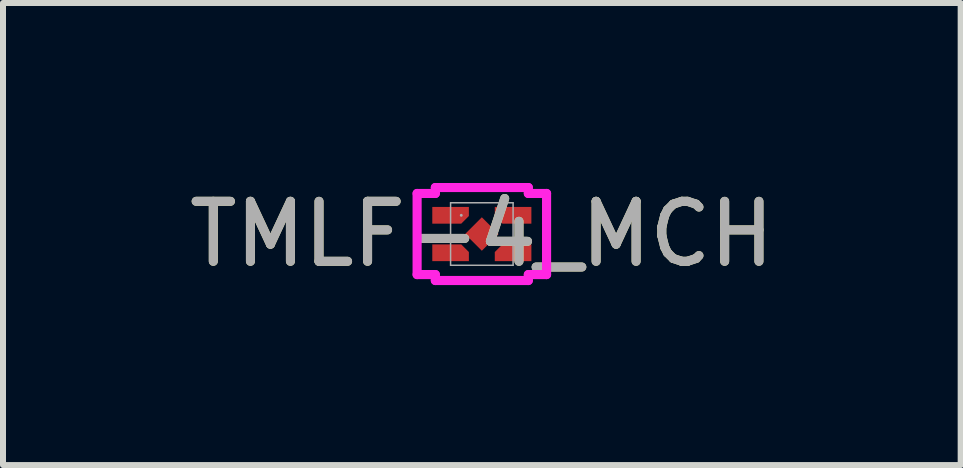
<source format=kicad_pcb>
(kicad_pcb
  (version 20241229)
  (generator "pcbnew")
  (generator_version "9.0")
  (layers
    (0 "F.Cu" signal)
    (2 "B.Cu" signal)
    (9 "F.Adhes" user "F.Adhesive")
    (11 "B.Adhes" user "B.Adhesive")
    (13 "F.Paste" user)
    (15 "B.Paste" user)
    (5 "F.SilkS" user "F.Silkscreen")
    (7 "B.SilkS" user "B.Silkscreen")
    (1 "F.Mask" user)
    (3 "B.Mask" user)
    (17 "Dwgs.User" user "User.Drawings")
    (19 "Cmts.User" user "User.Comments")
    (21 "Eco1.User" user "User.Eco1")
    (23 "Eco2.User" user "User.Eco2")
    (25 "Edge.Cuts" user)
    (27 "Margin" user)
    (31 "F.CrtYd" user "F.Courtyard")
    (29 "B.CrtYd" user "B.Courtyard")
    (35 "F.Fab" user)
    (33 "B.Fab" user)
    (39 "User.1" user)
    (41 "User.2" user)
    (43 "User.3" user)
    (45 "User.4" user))
  (footprint "TMLF-4_MCH"
    (layer "F.Cu")
    (at 4.982 0.851)
    (property "Reference" "TMLF-4_MCH" (at 0 0 0) (unlocked yes) (layer "F.SilkS") (effects (font (size 1 1) (thickness 0.15))))
    (attr smd)
    (fp_poly (pts (xy 0 -0.279) (xy -0.279 0) (xy 0 0.279) (xy 0.279 0)) (stroke (width 0) (type solid)) (fill yes) (layer "F.Cu"))
    (fp_poly (pts (xy -0.826 -0.452) (xy -0.826 -0.173) (xy -0.343 -0.173) (xy -0.216 -0.3) (xy -0.216 -0.452)) (stroke (width 0) (type solid)) (fill yes) (layer "F.Cu"))
    (fp_poly (pts (xy -0.826 0.452) (xy -0.826 0.173) (xy -0.343 0.173) (xy -0.216 0.3) (xy -0.216 0.452)) (stroke (width 0) (type solid)) (fill yes) (layer "F.Cu"))
    (fp_poly (pts (xy 0.826 -0.452) (xy 0.826 -0.173) (xy 0.343 -0.173) (xy 0.216 -0.3) (xy 0.216 -0.452)) (stroke (width 0) (type solid)) (fill yes) (layer "F.Cu"))
    (fp_poly (pts (xy 0.826 0.452) (xy 0.826 0.173) (xy 0.343 0.173) (xy 0.216 0.3) (xy 0.216 0.452)) (stroke (width 0) (type solid)) (fill yes) (layer "F.Cu"))
    (fp_poly (pts (xy 0 -0.279) (xy -0.279 0) (xy 0 0.279) (xy 0.279 0)) (stroke (width 0) (type solid)) (fill yes) (layer "F.Mask"))
    (fp_poly (pts (xy -0.826 -0.452) (xy -0.826 -0.173) (xy -0.343 -0.173) (xy -0.216 -0.3) (xy -0.216 -0.452)) (stroke (width 0) (type solid)) (fill yes) (layer "F.Mask"))
    (fp_poly (pts (xy -0.826 0.452) (xy -0.826 0.173) (xy -0.343 0.173) (xy -0.216 0.3) (xy -0.216 0.452)) (stroke (width 0) (type solid)) (fill yes) (layer "F.Mask"))
    (fp_poly (pts (xy 0.826 -0.452) (xy 0.826 -0.173) (xy 0.343 -0.173) (xy 0.216 -0.3) (xy 0.216 -0.452)) (stroke (width 0) (type solid)) (fill yes) (layer "F.Mask"))
    (fp_poly (pts (xy 0.826 0.452) (xy 0.826 0.173) (xy 0.343 0.173) (xy 0.216 0.3) (xy 0.216 0.452)) (stroke (width 0) (type solid)) (fill yes) (layer "F.Mask"))
    (fp_poly (pts (xy 0 -0.279) (xy -0.279 0) (xy 0 0.279) (xy 0.279 0)) (stroke (width 0) (type solid)) (fill yes) (layer "F.Paste"))
    (fp_poly (pts (xy -0.826 -0.452) (xy -0.826 -0.173) (xy -0.343 -0.173) (xy -0.216 -0.3) (xy -0.216 -0.452)) (stroke (width 0) (type solid)) (fill yes) (layer "F.Paste"))
    (fp_poly (pts (xy -0.826 0.452) (xy -0.826 0.173) (xy -0.343 0.173) (xy -0.216 0.3) (xy -0.216 0.452)) (stroke (width 0) (type solid)) (fill yes) (layer "F.Paste"))
    (fp_poly (pts (xy 0.826 -0.452) (xy 0.826 -0.173) (xy 0.343 -0.173) (xy 0.216 -0.3) (xy 0.216 -0.452)) (stroke (width 0) (type solid)) (fill yes) (layer "F.Paste"))
    (fp_poly (pts (xy 0.826 0.452) (xy 0.826 0.173) (xy 0.343 0.173) (xy 0.216 0.3) (xy 0.216 0.452)) (stroke (width 0) (type solid)) (fill yes) (layer "F.Paste"))
    (fp_line (start -1.079 -0.676) (end -0.775 -0.676) (stroke (width 0.152) (type solid)) (layer "F.CrtYd"))
    (fp_line (start -1.079 0.676) (end -1.079 -0.676) (stroke (width 0.152) (type solid)) (layer "F.CrtYd"))
    (fp_line (start -1.079 0.676) (end -0.775 0.676) (stroke (width 0.152) (type solid)) (layer "F.CrtYd"))
    (fp_line (start -0.775 -0.775) (end 0.775 -0.775) (stroke (width 0.152) (type solid)) (layer "F.CrtYd"))
    (fp_line (start -0.775 -0.676) (end -0.775 -0.775) (stroke (width 0.152) (type solid)) (layer "F.CrtYd"))
    (fp_line (start -0.775 0.775) (end -0.775 0.676) (stroke (width 0.152) (type solid)) (layer "F.CrtYd"))
    (fp_line (start 0.775 -0.775) (end 0.775 -0.676) (stroke (width 0.152) (type solid)) (layer "F.CrtYd"))
    (fp_line (start 0.775 0.676) (end 0.775 0.775) (stroke (width 0.152) (type solid)) (layer "F.CrtYd"))
    (fp_line (start 0.775 0.775) (end -0.775 0.775) (stroke (width 0.152) (type solid)) (layer "F.CrtYd"))
    (fp_line (start 1.079 -0.676) (end 0.775 -0.676) (stroke (width 0.152) (type solid)) (layer "F.CrtYd"))
    (fp_line (start 1.079 -0.676) (end 1.079 0.676) (stroke (width 0.152) (type solid)) (layer "F.CrtYd"))
    (fp_line (start 1.079 0.676) (end 0.775 0.676) (stroke (width 0.152) (type solid)) (layer "F.CrtYd"))
    (fp_line (start -0.521 -0.521) (end -0.521 0.521) (stroke (width 0.025) (type solid)) (layer "F.Fab"))
    (fp_line (start -0.521 0.521) (end 0.521 0.521) (stroke (width 0.025) (type solid)) (layer "F.Fab"))
    (fp_line (start 0.521 -0.521) (end -0.521 -0.521) (stroke (width 0.025) (type solid)) (layer "F.Fab"))
    (fp_line (start 0.521 0.521) (end 0.521 -0.521) (stroke (width 0.025) (type solid)) (layer "F.Fab"))
    (fp_circle (center -0.343 -0.312) (end -0.343 -0.312) (stroke (width 0.025) (type solid)) (fill no) (layer "F.Fab"))
    (fp_text user "${REFERENCE}" (at 0 0 0) (unlocked yes) (layer "F.Fab") (effects (font (size 1 1) (thickness 0.15))))
    (pad "1" smd rect (at -0.521 -0.313) (size 0.025 0.025) (layers "F.Cu" "F.Mask" "F.Paste"))
    (pad "2" smd rect (at -0.521 0.313) (size 0.025 0.025) (layers "F.Cu" "F.Mask" "F.Paste"))
    (pad "3" smd rect (at 0.521 0.313) (size 0.025 0.025) (layers "F.Cu" "F.Mask" "F.Paste"))
    (pad "4" smd rect (at 0.521 -0.313) (size 0.025 0.025) (layers "F.Cu" "F.Mask" "F.Paste"))
    (pad "5" smd rect (at 0 0) (size 0.025 0.025) (layers "F.Cu" "F.Mask" "F.Paste")))
  (gr_rect
    (start -3 -3)
    (end 12.964 4.702)
    (stroke (width 0.1) (type default))
    (fill no)
    (layer "Edge.Cuts")))
</source>
